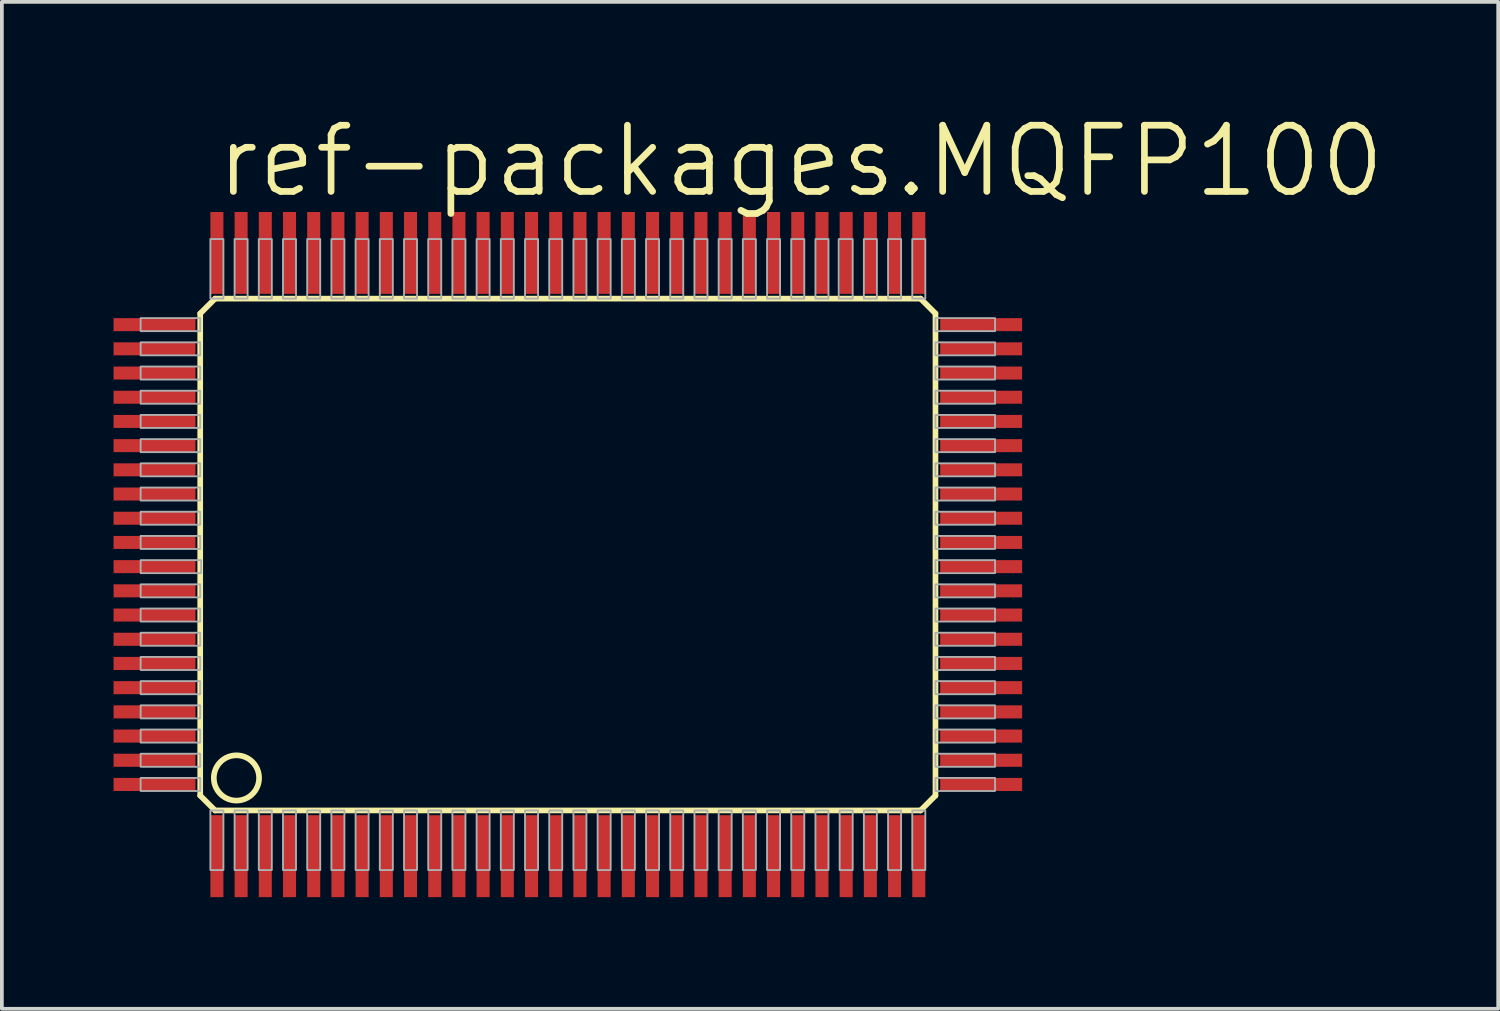
<source format=kicad_pcb>
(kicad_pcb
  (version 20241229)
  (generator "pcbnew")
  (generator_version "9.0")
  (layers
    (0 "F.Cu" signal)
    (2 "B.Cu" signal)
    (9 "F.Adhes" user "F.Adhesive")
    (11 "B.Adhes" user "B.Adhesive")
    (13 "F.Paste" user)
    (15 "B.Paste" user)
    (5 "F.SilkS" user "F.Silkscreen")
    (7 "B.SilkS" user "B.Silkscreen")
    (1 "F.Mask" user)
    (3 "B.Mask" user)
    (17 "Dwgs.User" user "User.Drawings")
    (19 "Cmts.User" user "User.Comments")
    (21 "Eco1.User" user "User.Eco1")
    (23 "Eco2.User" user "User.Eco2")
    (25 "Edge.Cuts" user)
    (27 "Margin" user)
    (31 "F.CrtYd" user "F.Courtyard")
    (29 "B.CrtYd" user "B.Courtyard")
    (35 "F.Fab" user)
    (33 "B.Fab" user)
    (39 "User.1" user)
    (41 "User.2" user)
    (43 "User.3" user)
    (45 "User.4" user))
  (footprint "ref-packages.MQFP100"
    (layer "F.Cu")
    (at 12.2 11.843)
    (property "Reference" "ref-packages.MQFP100" (at -9.525 -9.525 0) (layer "F.SilkS") (effects (font (size 1.778 1.778) (thickness 0.18)) (justify left bottom)))
    (attr smd)
    (fp_line (start -9.873 -6.473) (end -9.873 6.473) (stroke (width 0.152) (type default)) (layer "F.SilkS"))
    (fp_line (start -9.873 6.473) (end -9.473 6.873) (stroke (width 0.152) (type default)) (layer "F.SilkS"))
    (fp_line (start -9.473 -6.873) (end -9.873 -6.473) (stroke (width 0.152) (type default)) (layer "F.SilkS"))
    (fp_line (start -9.473 6.873) (end 9.473 6.873) (stroke (width 0.152) (type default)) (layer "F.SilkS"))
    (fp_line (start 9.473 -6.873) (end -9.473 -6.873) (stroke (width 0.152) (type default)) (layer "F.SilkS"))
    (fp_line (start 9.473 6.873) (end 9.873 6.473) (stroke (width 0.152) (type default)) (layer "F.SilkS"))
    (fp_line (start 9.873 -6.473) (end 9.473 -6.873) (stroke (width 0.152) (type default)) (layer "F.SilkS"))
    (fp_line (start 9.873 6.473) (end 9.873 -6.473) (stroke (width 0.152) (type default)) (layer "F.SilkS"))
    (fp_circle (center -8.9 6) (end -8.292 6) (stroke (width 0.152) (type default)) (fill no) (layer "F.SilkS"))
    (fp_rect (start -11.473 -6) (end -9.873 -6.35) (stroke (width 0.05) (type default)) (fill no) (layer "F.Fab"))
    (fp_rect (start -11.473 -5.35) (end -9.873 -5.7) (stroke (width 0.05) (type default)) (fill no) (layer "F.Fab"))
    (fp_rect (start -11.473 -4.7) (end -9.873 -5.05) (stroke (width 0.05) (type default)) (fill no) (layer "F.Fab"))
    (fp_rect (start -11.473 -4.05) (end -9.873 -4.4) (stroke (width 0.05) (type default)) (fill no) (layer "F.Fab"))
    (fp_rect (start -11.473 -3.4) (end -9.873 -3.75) (stroke (width 0.05) (type default)) (fill no) (layer "F.Fab"))
    (fp_rect (start -11.473 -2.75) (end -9.873 -3.1) (stroke (width 0.05) (type default)) (fill no) (layer "F.Fab"))
    (fp_rect (start -11.473 -2.1) (end -9.873 -2.45) (stroke (width 0.05) (type default)) (fill no) (layer "F.Fab"))
    (fp_rect (start -11.473 -1.45) (end -9.873 -1.8) (stroke (width 0.05) (type default)) (fill no) (layer "F.Fab"))
    (fp_rect (start -11.473 -0.8) (end -9.873 -1.15) (stroke (width 0.05) (type default)) (fill no) (layer "F.Fab"))
    (fp_rect (start -11.473 -0.15) (end -9.873 -0.5) (stroke (width 0.05) (type default)) (fill no) (layer "F.Fab"))
    (fp_rect (start -11.473 0.5) (end -9.848 0.15) (stroke (width 0.05) (type default)) (fill no) (layer "F.Fab"))
    (fp_rect (start -11.473 1.15) (end -9.873 0.8) (stroke (width 0.05) (type default)) (fill no) (layer "F.Fab"))
    (fp_rect (start -11.473 1.8) (end -9.873 1.45) (stroke (width 0.05) (type default)) (fill no) (layer "F.Fab"))
    (fp_rect (start -11.473 2.45) (end -9.873 2.1) (stroke (width 0.05) (type default)) (fill no) (layer "F.Fab"))
    (fp_rect (start -11.473 3.1) (end -9.873 2.75) (stroke (width 0.05) (type default)) (fill no) (layer "F.Fab"))
    (fp_rect (start -11.473 3.75) (end -9.873 3.4) (stroke (width 0.05) (type default)) (fill no) (layer "F.Fab"))
    (fp_rect (start -11.473 4.4) (end -9.873 4.05) (stroke (width 0.05) (type default)) (fill no) (layer "F.Fab"))
    (fp_rect (start -11.473 5.05) (end -9.873 4.7) (stroke (width 0.05) (type default)) (fill no) (layer "F.Fab"))
    (fp_rect (start -11.473 5.7) (end -9.873 5.35) (stroke (width 0.05) (type default)) (fill no) (layer "F.Fab"))
    (fp_rect (start -11.473 6.35) (end -9.873 6) (stroke (width 0.05) (type default)) (fill no) (layer "F.Fab"))
    (fp_rect (start -9.6 -6.873) (end -9.25 -8.473) (stroke (width 0.05) (type default)) (fill no) (layer "F.Fab"))
    (fp_rect (start -9.6 8.473) (end -9.25 6.873) (stroke (width 0.05) (type default)) (fill no) (layer "F.Fab"))
    (fp_rect (start -8.95 -6.873) (end -8.6 -8.473) (stroke (width 0.05) (type default)) (fill no) (layer "F.Fab"))
    (fp_rect (start -8.95 8.473) (end -8.6 6.873) (stroke (width 0.05) (type default)) (fill no) (layer "F.Fab"))
    (fp_rect (start -8.3 -6.873) (end -7.95 -8.473) (stroke (width 0.05) (type default)) (fill no) (layer "F.Fab"))
    (fp_rect (start -8.3 8.473) (end -7.95 6.873) (stroke (width 0.05) (type default)) (fill no) (layer "F.Fab"))
    (fp_rect (start -7.65 -6.873) (end -7.3 -8.473) (stroke (width 0.05) (type default)) (fill no) (layer "F.Fab"))
    (fp_rect (start -7.65 8.473) (end -7.3 6.873) (stroke (width 0.05) (type default)) (fill no) (layer "F.Fab"))
    (fp_rect (start -7 -6.873) (end -6.65 -8.473) (stroke (width 0.05) (type default)) (fill no) (layer "F.Fab"))
    (fp_rect (start -7 8.473) (end -6.65 6.873) (stroke (width 0.05) (type default)) (fill no) (layer "F.Fab"))
    (fp_rect (start -6.35 -6.873) (end -6 -8.473) (stroke (width 0.05) (type default)) (fill no) (layer "F.Fab"))
    (fp_rect (start -6.35 8.473) (end -6 6.873) (stroke (width 0.05) (type default)) (fill no) (layer "F.Fab"))
    (fp_rect (start -5.7 -6.873) (end -5.35 -8.473) (stroke (width 0.05) (type default)) (fill no) (layer "F.Fab"))
    (fp_rect (start -5.7 8.473) (end -5.35 6.873) (stroke (width 0.05) (type default)) (fill no) (layer "F.Fab"))
    (fp_rect (start -5.05 -6.873) (end -4.7 -8.473) (stroke (width 0.05) (type default)) (fill no) (layer "F.Fab"))
    (fp_rect (start -5.05 8.473) (end -4.7 6.873) (stroke (width 0.05) (type default)) (fill no) (layer "F.Fab"))
    (fp_rect (start -4.4 -6.873) (end -4.05 -8.473) (stroke (width 0.05) (type default)) (fill no) (layer "F.Fab"))
    (fp_rect (start -4.4 8.473) (end -4.05 6.873) (stroke (width 0.05) (type default)) (fill no) (layer "F.Fab"))
    (fp_rect (start -3.75 -6.873) (end -3.4 -8.473) (stroke (width 0.05) (type default)) (fill no) (layer "F.Fab"))
    (fp_rect (start -3.75 8.473) (end -3.4 6.873) (stroke (width 0.05) (type default)) (fill no) (layer "F.Fab"))
    (fp_rect (start -3.1 -6.873) (end -2.75 -8.473) (stroke (width 0.05) (type default)) (fill no) (layer "F.Fab"))
    (fp_rect (start -3.1 8.473) (end -2.75 6.873) (stroke (width 0.05) (type default)) (fill no) (layer "F.Fab"))
    (fp_rect (start -2.45 -6.873) (end -2.1 -8.473) (stroke (width 0.05) (type default)) (fill no) (layer "F.Fab"))
    (fp_rect (start -2.45 8.473) (end -2.1 6.873) (stroke (width 0.05) (type default)) (fill no) (layer "F.Fab"))
    (fp_rect (start -1.8 -6.873) (end -1.45 -8.473) (stroke (width 0.05) (type default)) (fill no) (layer "F.Fab"))
    (fp_rect (start -1.8 8.473) (end -1.45 6.873) (stroke (width 0.05) (type default)) (fill no) (layer "F.Fab"))
    (fp_rect (start -1.15 -6.873) (end -0.8 -8.473) (stroke (width 0.05) (type default)) (fill no) (layer "F.Fab"))
    (fp_rect (start -1.15 8.473) (end -0.8 6.873) (stroke (width 0.05) (type default)) (fill no) (layer "F.Fab"))
    (fp_rect (start -0.5 -6.873) (end -0.15 -8.473) (stroke (width 0.05) (type default)) (fill no) (layer "F.Fab"))
    (fp_rect (start -0.5 8.473) (end -0.15 6.873) (stroke (width 0.05) (type default)) (fill no) (layer "F.Fab"))
    (fp_rect (start 0.15 -6.873) (end 0.5 -8.473) (stroke (width 0.05) (type default)) (fill no) (layer "F.Fab"))
    (fp_rect (start 0.15 8.473) (end 0.5 6.873) (stroke (width 0.05) (type default)) (fill no) (layer "F.Fab"))
    (fp_rect (start 0.8 -6.873) (end 1.15 -8.473) (stroke (width 0.05) (type default)) (fill no) (layer "F.Fab"))
    (fp_rect (start 0.8 8.473) (end 1.15 6.873) (stroke (width 0.05) (type default)) (fill no) (layer "F.Fab"))
    (fp_rect (start 1.45 -6.873) (end 1.8 -8.473) (stroke (width 0.05) (type default)) (fill no) (layer "F.Fab"))
    (fp_rect (start 1.45 8.473) (end 1.8 6.873) (stroke (width 0.05) (type default)) (fill no) (layer "F.Fab"))
    (fp_rect (start 2.1 -6.873) (end 2.45 -8.473) (stroke (width 0.05) (type default)) (fill no) (layer "F.Fab"))
    (fp_rect (start 2.1 8.473) (end 2.45 6.873) (stroke (width 0.05) (type default)) (fill no) (layer "F.Fab"))
    (fp_rect (start 2.75 -6.873) (end 3.1 -8.473) (stroke (width 0.05) (type default)) (fill no) (layer "F.Fab"))
    (fp_rect (start 2.75 8.473) (end 3.1 6.873) (stroke (width 0.05) (type default)) (fill no) (layer "F.Fab"))
    (fp_rect (start 3.4 -6.873) (end 3.75 -8.473) (stroke (width 0.05) (type default)) (fill no) (layer "F.Fab"))
    (fp_rect (start 3.4 8.473) (end 3.75 6.873) (stroke (width 0.05) (type default)) (fill no) (layer "F.Fab"))
    (fp_rect (start 4.05 -6.873) (end 4.4 -8.473) (stroke (width 0.05) (type default)) (fill no) (layer "F.Fab"))
    (fp_rect (start 4.05 8.473) (end 4.4 6.873) (stroke (width 0.05) (type default)) (fill no) (layer "F.Fab"))
    (fp_rect (start 4.7 -6.873) (end 5.05 -8.473) (stroke (width 0.05) (type default)) (fill no) (layer "F.Fab"))
    (fp_rect (start 4.7 8.473) (end 5.05 6.873) (stroke (width 0.05) (type default)) (fill no) (layer "F.Fab"))
    (fp_rect (start 5.35 -6.873) (end 5.7 -8.473) (stroke (width 0.05) (type default)) (fill no) (layer "F.Fab"))
    (fp_rect (start 5.35 8.473) (end 5.7 6.873) (stroke (width 0.05) (type default)) (fill no) (layer "F.Fab"))
    (fp_rect (start 6 -6.873) (end 6.35 -8.473) (stroke (width 0.05) (type default)) (fill no) (layer "F.Fab"))
    (fp_rect (start 6 8.473) (end 6.35 6.873) (stroke (width 0.05) (type default)) (fill no) (layer "F.Fab"))
    (fp_rect (start 6.65 -6.873) (end 7 -8.473) (stroke (width 0.05) (type default)) (fill no) (layer "F.Fab"))
    (fp_rect (start 6.65 8.473) (end 7 6.873) (stroke (width 0.05) (type default)) (fill no) (layer "F.Fab"))
    (fp_rect (start 7.275 -6.873) (end 7.65 -8.473) (stroke (width 0.05) (type default)) (fill no) (layer "F.Fab"))
    (fp_rect (start 7.3 8.473) (end 7.65 6.873) (stroke (width 0.05) (type default)) (fill no) (layer "F.Fab"))
    (fp_rect (start 7.95 -6.873) (end 8.3 -8.473) (stroke (width 0.05) (type default)) (fill no) (layer "F.Fab"))
    (fp_rect (start 7.95 8.473) (end 8.3 6.873) (stroke (width 0.05) (type default)) (fill no) (layer "F.Fab"))
    (fp_rect (start 8.6 -6.873) (end 8.95 -8.473) (stroke (width 0.05) (type default)) (fill no) (layer "F.Fab"))
    (fp_rect (start 8.6 8.473) (end 8.95 6.873) (stroke (width 0.05) (type default)) (fill no) (layer "F.Fab"))
    (fp_rect (start 9.25 -6.873) (end 9.6 -8.473) (stroke (width 0.05) (type default)) (fill no) (layer "F.Fab"))
    (fp_rect (start 9.25 8.473) (end 9.6 6.873) (stroke (width 0.05) (type default)) (fill no) (layer "F.Fab"))
    (fp_rect (start 9.873 -6) (end 11.473 -6.35) (stroke (width 0.05) (type default)) (fill no) (layer "F.Fab"))
    (fp_rect (start 9.873 -5.35) (end 11.473 -5.7) (stroke (width 0.05) (type default)) (fill no) (layer "F.Fab"))
    (fp_rect (start 9.873 -4.7) (end 11.473 -5.05) (stroke (width 0.05) (type default)) (fill no) (layer "F.Fab"))
    (fp_rect (start 9.873 -4.05) (end 11.473 -4.4) (stroke (width 0.05) (type default)) (fill no) (layer "F.Fab"))
    (fp_rect (start 9.873 -3.4) (end 11.473 -3.75) (stroke (width 0.05) (type default)) (fill no) (layer "F.Fab"))
    (fp_rect (start 9.873 -2.75) (end 11.473 -3.1) (stroke (width 0.05) (type default)) (fill no) (layer "F.Fab"))
    (fp_rect (start 9.873 -2.1) (end 11.473 -2.45) (stroke (width 0.05) (type default)) (fill no) (layer "F.Fab"))
    (fp_rect (start 9.873 -1.45) (end 11.473 -1.8) (stroke (width 0.05) (type default)) (fill no) (layer "F.Fab"))
    (fp_rect (start 9.873 -0.8) (end 11.473 -1.15) (stroke (width 0.05) (type default)) (fill no) (layer "F.Fab"))
    (fp_rect (start 9.873 -0.15) (end 11.473 -0.5) (stroke (width 0.05) (type default)) (fill no) (layer "F.Fab"))
    (fp_rect (start 9.873 0.5) (end 11.473 0.15) (stroke (width 0.05) (type default)) (fill no) (layer "F.Fab"))
    (fp_rect (start 9.873 1.15) (end 11.473 0.8) (stroke (width 0.05) (type default)) (fill no) (layer "F.Fab"))
    (fp_rect (start 9.873 1.8) (end 11.473 1.45) (stroke (width 0.05) (type default)) (fill no) (layer "F.Fab"))
    (fp_rect (start 9.873 2.45) (end 11.473 2.1) (stroke (width 0.05) (type default)) (fill no) (layer "F.Fab"))
    (fp_rect (start 9.873 3.1) (end 11.473 2.75) (stroke (width 0.05) (type default)) (fill no) (layer "F.Fab"))
    (fp_rect (start 9.873 3.75) (end 11.473 3.4) (stroke (width 0.05) (type default)) (fill no) (layer "F.Fab"))
    (fp_rect (start 9.873 4.4) (end 11.473 4.05) (stroke (width 0.05) (type default)) (fill no) (layer "F.Fab"))
    (fp_rect (start 9.873 5.05) (end 11.473 4.7) (stroke (width 0.05) (type default)) (fill no) (layer "F.Fab"))
    (fp_rect (start 9.873 5.7) (end 11.473 5.35) (stroke (width 0.05) (type default)) (fill no) (layer "F.Fab"))
    (fp_rect (start 9.873 6.35) (end 11.473 6) (stroke (width 0.05) (type default)) (fill no) (layer "F.Fab"))
    (pad "1" smd roundrect (at -9.425 8.1) (size 0.35 2.2) (layers "F.Cu" "F.Mask" "F.Paste") (roundrect_rratio 0.01))
    (pad "2" smd roundrect (at -8.775 8.1) (size 0.35 2.2) (layers "F.Cu" "F.Mask" "F.Paste") (roundrect_rratio 0.01))
    (pad "3" smd roundrect (at -8.125 8.1) (size 0.35 2.2) (layers "F.Cu" "F.Mask" "F.Paste") (roundrect_rratio 0.01))
    (pad "4" smd roundrect (at -7.475 8.1) (size 0.35 2.2) (layers "F.Cu" "F.Mask" "F.Paste") (roundrect_rratio 0.01))
    (pad "5" smd roundrect (at -6.825 8.1) (size 0.35 2.2) (layers "F.Cu" "F.Mask" "F.Paste") (roundrect_rratio 0.01))
    (pad "6" smd roundrect (at -6.175 8.1) (size 0.35 2.2) (layers "F.Cu" "F.Mask" "F.Paste") (roundrect_rratio 0.01))
    (pad "7" smd roundrect (at -5.525 8.1) (size 0.35 2.2) (layers "F.Cu" "F.Mask" "F.Paste") (roundrect_rratio 0.01))
    (pad "8" smd roundrect (at -4.875 8.1) (size 0.35 2.2) (layers "F.Cu" "F.Mask" "F.Paste") (roundrect_rratio 0.01))
    (pad "9" smd roundrect (at -4.225 8.1) (size 0.35 2.2) (layers "F.Cu" "F.Mask" "F.Paste") (roundrect_rratio 0.01))
    (pad "10" smd roundrect (at -3.575 8.1) (size 0.35 2.2) (layers "F.Cu" "F.Mask" "F.Paste") (roundrect_rratio 0.01))
    (pad "11" smd roundrect (at -2.925 8.1) (size 0.35 2.2) (layers "F.Cu" "F.Mask" "F.Paste") (roundrect_rratio 0.01))
    (pad "12" smd roundrect (at -2.275 8.1) (size 0.35 2.2) (layers "F.Cu" "F.Mask" "F.Paste") (roundrect_rratio 0.01))
    (pad "13" smd roundrect (at -1.625 8.1) (size 0.35 2.2) (layers "F.Cu" "F.Mask" "F.Paste") (roundrect_rratio 0.01))
    (pad "14" smd roundrect (at -0.975 8.1) (size 0.35 2.2) (layers "F.Cu" "F.Mask" "F.Paste") (roundrect_rratio 0.01))
    (pad "15" smd roundrect (at -0.325 8.1) (size 0.35 2.2) (layers "F.Cu" "F.Mask" "F.Paste") (roundrect_rratio 0.01))
    (pad "16" smd roundrect (at 0.325 8.1) (size 0.35 2.2) (layers "F.Cu" "F.Mask" "F.Paste") (roundrect_rratio 0.01))
    (pad "17" smd roundrect (at 0.975 8.1) (size 0.35 2.2) (layers "F.Cu" "F.Mask" "F.Paste") (roundrect_rratio 0.01))
    (pad "18" smd roundrect (at 1.625 8.1) (size 0.35 2.2) (layers "F.Cu" "F.Mask" "F.Paste") (roundrect_rratio 0.01))
    (pad "19" smd roundrect (at 2.275 8.1) (size 0.35 2.2) (layers "F.Cu" "F.Mask" "F.Paste") (roundrect_rratio 0.01))
    (pad "20" smd roundrect (at 2.925 8.1) (size 0.35 2.2) (layers "F.Cu" "F.Mask" "F.Paste") (roundrect_rratio 0.01))
    (pad "21" smd roundrect (at 3.575 8.1) (size 0.35 2.2) (layers "F.Cu" "F.Mask" "F.Paste") (roundrect_rratio 0.01))
    (pad "22" smd roundrect (at 4.225 8.1) (size 0.35 2.2) (layers "F.Cu" "F.Mask" "F.Paste") (roundrect_rratio 0.01))
    (pad "23" smd roundrect (at 4.875 8.1) (size 0.35 2.2) (layers "F.Cu" "F.Mask" "F.Paste") (roundrect_rratio 0.01))
    (pad "24" smd roundrect (at 5.525 8.1) (size 0.35 2.2) (layers "F.Cu" "F.Mask" "F.Paste") (roundrect_rratio 0.01))
    (pad "25" smd roundrect (at 6.175 8.1) (size 0.35 2.2) (layers "F.Cu" "F.Mask" "F.Paste") (roundrect_rratio 0.01))
    (pad "26" smd roundrect (at 6.825 8.1) (size 0.35 2.2) (layers "F.Cu" "F.Mask" "F.Paste") (roundrect_rratio 0.01))
    (pad "27" smd roundrect (at 7.475 8.1) (size 0.35 2.2) (layers "F.Cu" "F.Mask" "F.Paste") (roundrect_rratio 0.01))
    (pad "28" smd roundrect (at 8.125 8.1) (size 0.35 2.2) (layers "F.Cu" "F.Mask" "F.Paste") (roundrect_rratio 0.01))
    (pad "29" smd roundrect (at 8.775 8.1) (size 0.35 2.2) (layers "F.Cu" "F.Mask" "F.Paste") (roundrect_rratio 0.01))
    (pad "30" smd roundrect (at 9.425 8.1) (size 0.35 2.2) (layers "F.Cu" "F.Mask" "F.Paste") (roundrect_rratio 0.01))
    (pad "31" smd roundrect (at 11.1 6.175) (size 2.2 0.35) (layers "F.Cu" "F.Mask" "F.Paste") (roundrect_rratio 0.01))
    (pad "32" smd roundrect (at 11.1 5.525) (size 2.2 0.35) (layers "F.Cu" "F.Mask" "F.Paste") (roundrect_rratio 0.01))
    (pad "33" smd roundrect (at 11.1 4.875) (size 2.2 0.35) (layers "F.Cu" "F.Mask" "F.Paste") (roundrect_rratio 0.01))
    (pad "34" smd roundrect (at 11.1 4.225) (size 2.2 0.35) (layers "F.Cu" "F.Mask" "F.Paste") (roundrect_rratio 0.01))
    (pad "35" smd roundrect (at 11.1 3.575) (size 2.2 0.35) (layers "F.Cu" "F.Mask" "F.Paste") (roundrect_rratio 0.01))
    (pad "36" smd roundrect (at 11.1 2.925) (size 2.2 0.35) (layers "F.Cu" "F.Mask" "F.Paste") (roundrect_rratio 0.01))
    (pad "37" smd roundrect (at 11.1 2.275) (size 2.2 0.35) (layers "F.Cu" "F.Mask" "F.Paste") (roundrect_rratio 0.01))
    (pad "38" smd roundrect (at 11.1 1.625) (size 2.2 0.35) (layers "F.Cu" "F.Mask" "F.Paste") (roundrect_rratio 0.01))
    (pad "39" smd roundrect (at 11.1 0.975) (size 2.2 0.35) (layers "F.Cu" "F.Mask" "F.Paste") (roundrect_rratio 0.01))
    (pad "40" smd roundrect (at 11.1 0.325) (size 2.2 0.35) (layers "F.Cu" "F.Mask" "F.Paste") (roundrect_rratio 0.01))
    (pad "41" smd roundrect (at 11.1 -0.325) (size 2.2 0.35) (layers "F.Cu" "F.Mask" "F.Paste") (roundrect_rratio 0.01))
    (pad "42" smd roundrect (at 11.1 -0.975) (size 2.2 0.35) (layers "F.Cu" "F.Mask" "F.Paste") (roundrect_rratio 0.01))
    (pad "43" smd roundrect (at 11.1 -1.625) (size 2.2 0.35) (layers "F.Cu" "F.Mask" "F.Paste") (roundrect_rratio 0.01))
    (pad "44" smd roundrect (at 11.1 -2.275) (size 2.2 0.35) (layers "F.Cu" "F.Mask" "F.Paste") (roundrect_rratio 0.01))
    (pad "45" smd roundrect (at 11.1 -2.925) (size 2.2 0.35) (layers "F.Cu" "F.Mask" "F.Paste") (roundrect_rratio 0.01))
    (pad "46" smd roundrect (at 11.1 -3.575) (size 2.2 0.35) (layers "F.Cu" "F.Mask" "F.Paste") (roundrect_rratio 0.01))
    (pad "47" smd roundrect (at 11.1 -4.225) (size 2.2 0.35) (layers "F.Cu" "F.Mask" "F.Paste") (roundrect_rratio 0.01))
    (pad "48" smd roundrect (at 11.1 -4.875) (size 2.2 0.35) (layers "F.Cu" "F.Mask" "F.Paste") (roundrect_rratio 0.01))
    (pad "49" smd roundrect (at 11.1 -5.525) (size 2.2 0.35) (layers "F.Cu" "F.Mask" "F.Paste") (roundrect_rratio 0.01))
    (pad "50" smd roundrect (at 11.1 -6.175) (size 2.2 0.35) (layers "F.Cu" "F.Mask" "F.Paste") (roundrect_rratio 0.01))
    (pad "51" smd roundrect (at 9.425 -8.1) (size 0.35 2.2) (layers "F.Cu" "F.Mask" "F.Paste") (roundrect_rratio 0.01))
    (pad "52" smd roundrect (at 8.775 -8.1) (size 0.35 2.2) (layers "F.Cu" "F.Mask" "F.Paste") (roundrect_rratio 0.01))
    (pad "53" smd roundrect (at 8.125 -8.1) (size 0.35 2.2) (layers "F.Cu" "F.Mask" "F.Paste") (roundrect_rratio 0.01))
    (pad "54" smd roundrect (at 7.475 -8.1) (size 0.35 2.2) (layers "F.Cu" "F.Mask" "F.Paste") (roundrect_rratio 0.01))
    (pad "55" smd roundrect (at 6.825 -8.1) (size 0.35 2.2) (layers "F.Cu" "F.Mask" "F.Paste") (roundrect_rratio 0.01))
    (pad "56" smd roundrect (at 6.175 -8.1) (size 0.35 2.2) (layers "F.Cu" "F.Mask" "F.Paste") (roundrect_rratio 0.01))
    (pad "57" smd roundrect (at 5.525 -8.1) (size 0.35 2.2) (layers "F.Cu" "F.Mask" "F.Paste") (roundrect_rratio 0.01))
    (pad "58" smd roundrect (at 4.875 -8.1) (size 0.35 2.2) (layers "F.Cu" "F.Mask" "F.Paste") (roundrect_rratio 0.01))
    (pad "59" smd roundrect (at 4.225 -8.1) (size 0.35 2.2) (layers "F.Cu" "F.Mask" "F.Paste") (roundrect_rratio 0.01))
    (pad "60" smd roundrect (at 3.575 -8.1) (size 0.35 2.2) (layers "F.Cu" "F.Mask" "F.Paste") (roundrect_rratio 0.01))
    (pad "61" smd roundrect (at 2.925 -8.1) (size 0.35 2.2) (layers "F.Cu" "F.Mask" "F.Paste") (roundrect_rratio 0.01))
    (pad "62" smd roundrect (at 2.275 -8.1) (size 0.35 2.2) (layers "F.Cu" "F.Mask" "F.Paste") (roundrect_rratio 0.01))
    (pad "63" smd roundrect (at 1.625 -8.1) (size 0.35 2.2) (layers "F.Cu" "F.Mask" "F.Paste") (roundrect_rratio 0.01))
    (pad "64" smd roundrect (at 0.975 -8.1) (size 0.35 2.2) (layers "F.Cu" "F.Mask" "F.Paste") (roundrect_rratio 0.01))
    (pad "65" smd roundrect (at 0.325 -8.1) (size 0.35 2.2) (layers "F.Cu" "F.Mask" "F.Paste") (roundrect_rratio 0.01))
    (pad "66" smd roundrect (at -0.325 -8.1) (size 0.35 2.2) (layers "F.Cu" "F.Mask" "F.Paste") (roundrect_rratio 0.01))
    (pad "67" smd roundrect (at -0.975 -8.1) (size 0.35 2.2) (layers "F.Cu" "F.Mask" "F.Paste") (roundrect_rratio 0.01))
    (pad "68" smd roundrect (at -1.625 -8.1) (size 0.35 2.2) (layers "F.Cu" "F.Mask" "F.Paste") (roundrect_rratio 0.01))
    (pad "69" smd roundrect (at -2.275 -8.1) (size 0.35 2.2) (layers "F.Cu" "F.Mask" "F.Paste") (roundrect_rratio 0.01))
    (pad "70" smd roundrect (at -2.925 -8.1) (size 0.35 2.2) (layers "F.Cu" "F.Mask" "F.Paste") (roundrect_rratio 0.01))
    (pad "71" smd roundrect (at -3.575 -8.1) (size 0.35 2.2) (layers "F.Cu" "F.Mask" "F.Paste") (roundrect_rratio 0.01))
    (pad "72" smd roundrect (at -4.225 -8.1) (size 0.35 2.2) (layers "F.Cu" "F.Mask" "F.Paste") (roundrect_rratio 0.01))
    (pad "73" smd roundrect (at -4.875 -8.1) (size 0.35 2.2) (layers "F.Cu" "F.Mask" "F.Paste") (roundrect_rratio 0.01))
    (pad "74" smd roundrect (at -5.525 -8.1) (size 0.35 2.2) (layers "F.Cu" "F.Mask" "F.Paste") (roundrect_rratio 0.01))
    (pad "75" smd roundrect (at -6.175 -8.1) (size 0.35 2.2) (layers "F.Cu" "F.Mask" "F.Paste") (roundrect_rratio 0.01))
    (pad "76" smd roundrect (at -6.825 -8.1) (size 0.35 2.2) (layers "F.Cu" "F.Mask" "F.Paste") (roundrect_rratio 0.01))
    (pad "77" smd roundrect (at -7.475 -8.1) (size 0.35 2.2) (layers "F.Cu" "F.Mask" "F.Paste") (roundrect_rratio 0.01))
    (pad "78" smd roundrect (at -8.125 -8.1) (size 0.35 2.2) (layers "F.Cu" "F.Mask" "F.Paste") (roundrect_rratio 0.01))
    (pad "79" smd roundrect (at -8.775 -8.1) (size 0.35 2.2) (layers "F.Cu" "F.Mask" "F.Paste") (roundrect_rratio 0.01))
    (pad "80" smd roundrect (at -9.425 -8.1) (size 0.35 2.2) (layers "F.Cu" "F.Mask" "F.Paste") (roundrect_rratio 0.01))
    (pad "81" smd roundrect (at -11.1 -6.175) (size 2.2 0.35) (layers "F.Cu" "F.Mask" "F.Paste") (roundrect_rratio 0.01))
    (pad "82" smd roundrect (at -11.1 -5.525) (size 2.2 0.35) (layers "F.Cu" "F.Mask" "F.Paste") (roundrect_rratio 0.01))
    (pad "83" smd roundrect (at -11.1 -4.875) (size 2.2 0.35) (layers "F.Cu" "F.Mask" "F.Paste") (roundrect_rratio 0.01))
    (pad "84" smd roundrect (at -11.1 -4.225) (size 2.2 0.35) (layers "F.Cu" "F.Mask" "F.Paste") (roundrect_rratio 0.01))
    (pad "85" smd roundrect (at -11.1 -3.575) (size 2.2 0.35) (layers "F.Cu" "F.Mask" "F.Paste") (roundrect_rratio 0.01))
    (pad "86" smd roundrect (at -11.1 -2.925) (size 2.2 0.35) (layers "F.Cu" "F.Mask" "F.Paste") (roundrect_rratio 0.01))
    (pad "87" smd roundrect (at -11.1 -2.275) (size 2.2 0.35) (layers "F.Cu" "F.Mask" "F.Paste") (roundrect_rratio 0.01))
    (pad "88" smd roundrect (at -11.1 -1.625) (size 2.2 0.35) (layers "F.Cu" "F.Mask" "F.Paste") (roundrect_rratio 0.01))
    (pad "89" smd roundrect (at -11.1 -0.975) (size 2.2 0.35) (layers "F.Cu" "F.Mask" "F.Paste") (roundrect_rratio 0.01))
    (pad "90" smd roundrect (at -11.1 -0.325) (size 2.2 0.35) (layers "F.Cu" "F.Mask" "F.Paste") (roundrect_rratio 0.01))
    (pad "91" smd roundrect (at -11.1 0.325) (size 2.2 0.35) (layers "F.Cu" "F.Mask" "F.Paste") (roundrect_rratio 0.01))
    (pad "92" smd roundrect (at -11.1 0.975) (size 2.2 0.35) (layers "F.Cu" "F.Mask" "F.Paste") (roundrect_rratio 0.01))
    (pad "93" smd roundrect (at -11.1 1.625) (size 2.2 0.35) (layers "F.Cu" "F.Mask" "F.Paste") (roundrect_rratio 0.01))
    (pad "94" smd roundrect (at -11.1 2.275) (size 2.2 0.35) (layers "F.Cu" "F.Mask" "F.Paste") (roundrect_rratio 0.01))
    (pad "95" smd roundrect (at -11.1 2.925) (size 2.2 0.35) (layers "F.Cu" "F.Mask" "F.Paste") (roundrect_rratio 0.01))
    (pad "96" smd roundrect (at -11.1 3.575) (size 2.2 0.35) (layers "F.Cu" "F.Mask" "F.Paste") (roundrect_rratio 0.01))
    (pad "97" smd roundrect (at -11.1 4.225) (size 2.2 0.35) (layers "F.Cu" "F.Mask" "F.Paste") (roundrect_rratio 0.01))
    (pad "98" smd roundrect (at -11.1 4.875) (size 2.2 0.35) (layers "F.Cu" "F.Mask" "F.Paste") (roundrect_rratio 0.01))
    (pad "99" smd roundrect (at -11.1 5.525) (size 2.2 0.35) (layers "F.Cu" "F.Mask" "F.Paste") (roundrect_rratio 0.01))
    (pad "100" smd roundrect (at -11.1 6.175) (size 2.2 0.35) (layers "F.Cu" "F.Mask" "F.Paste") (roundrect_rratio 0.01)))
  (gr_rect
    (start -3 -3)
    (end 37.186 24.043)
    (stroke (width 0.1) (type default))
    (fill no)
    (layer "Edge.Cuts")))
</source>
